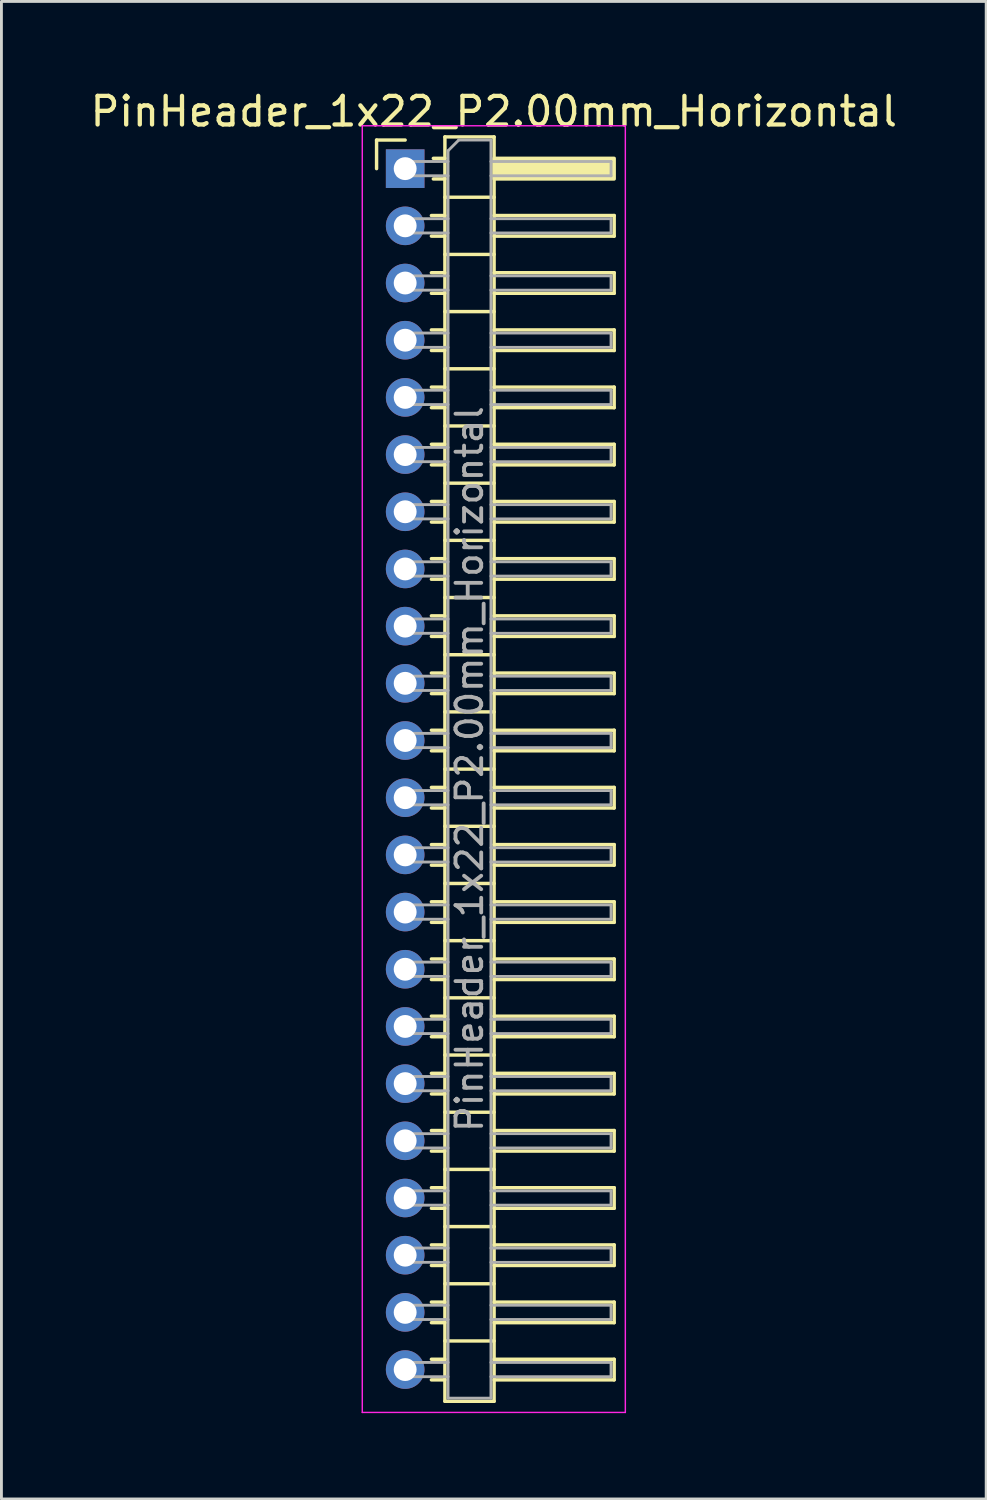
<source format=kicad_pcb>
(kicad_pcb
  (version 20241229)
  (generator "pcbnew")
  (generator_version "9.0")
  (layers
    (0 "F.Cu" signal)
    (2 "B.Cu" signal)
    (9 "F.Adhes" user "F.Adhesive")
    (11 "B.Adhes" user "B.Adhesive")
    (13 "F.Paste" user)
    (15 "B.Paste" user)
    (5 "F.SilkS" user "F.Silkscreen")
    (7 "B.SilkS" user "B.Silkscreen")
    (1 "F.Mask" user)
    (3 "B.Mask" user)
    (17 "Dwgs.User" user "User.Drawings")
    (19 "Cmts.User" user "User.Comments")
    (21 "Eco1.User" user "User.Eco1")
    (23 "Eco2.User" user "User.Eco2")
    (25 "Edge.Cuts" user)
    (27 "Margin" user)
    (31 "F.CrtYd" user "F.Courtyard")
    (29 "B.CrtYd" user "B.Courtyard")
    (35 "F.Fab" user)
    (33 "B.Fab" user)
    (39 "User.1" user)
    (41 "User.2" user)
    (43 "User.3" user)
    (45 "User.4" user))
  (footprint "PinHeader_1x22_P2.00mm_Horizontal"
    (layer "F.Cu")
    (at 11.12 2.848)
    (property "Reference" "PinHeader_1x22_P2.00mm_Horizontal" (at 3.1 -2 0) (layer "F.SilkS") (effects (font (size 1 1) (thickness 0.15))))
    (attr through_hole)
    (fp_line (start -1 -1) (end 0 -1) (stroke (width 0.12) (type solid)) (layer "F.SilkS"))
    (fp_line (start -1 0) (end -1 -1) (stroke (width 0.12) (type solid)) (layer "F.SilkS"))
    (fp_line (start 0.917 1.64) (end 1.39 1.64) (stroke (width 0.12) (type solid)) (layer "F.SilkS"))
    (fp_line (start 0.917 2.36) (end 1.39 2.36) (stroke (width 0.12) (type solid)) (layer "F.SilkS"))
    (fp_line (start 0.917 3.64) (end 1.39 3.64) (stroke (width 0.12) (type solid)) (layer "F.SilkS"))
    (fp_line (start 0.917 4.36) (end 1.39 4.36) (stroke (width 0.12) (type solid)) (layer "F.SilkS"))
    (fp_line (start 0.917 5.64) (end 1.39 5.64) (stroke (width 0.12) (type solid)) (layer "F.SilkS"))
    (fp_line (start 0.917 6.36) (end 1.39 6.36) (stroke (width 0.12) (type solid)) (layer "F.SilkS"))
    (fp_line (start 0.917 7.64) (end 1.39 7.64) (stroke (width 0.12) (type solid)) (layer "F.SilkS"))
    (fp_line (start 0.917 8.36) (end 1.39 8.36) (stroke (width 0.12) (type solid)) (layer "F.SilkS"))
    (fp_line (start 0.917 9.64) (end 1.39 9.64) (stroke (width 0.12) (type solid)) (layer "F.SilkS"))
    (fp_line (start 0.917 10.36) (end 1.39 10.36) (stroke (width 0.12) (type solid)) (layer "F.SilkS"))
    (fp_line (start 0.917 11.64) (end 1.39 11.64) (stroke (width 0.12) (type solid)) (layer "F.SilkS"))
    (fp_line (start 0.917 12.36) (end 1.39 12.36) (stroke (width 0.12) (type solid)) (layer "F.SilkS"))
    (fp_line (start 0.917 13.64) (end 1.39 13.64) (stroke (width 0.12) (type solid)) (layer "F.SilkS"))
    (fp_line (start 0.917 14.36) (end 1.39 14.36) (stroke (width 0.12) (type solid)) (layer "F.SilkS"))
    (fp_line (start 0.917 15.64) (end 1.39 15.64) (stroke (width 0.12) (type solid)) (layer "F.SilkS"))
    (fp_line (start 0.917 16.36) (end 1.39 16.36) (stroke (width 0.12) (type solid)) (layer "F.SilkS"))
    (fp_line (start 0.917 17.64) (end 1.39 17.64) (stroke (width 0.12) (type solid)) (layer "F.SilkS"))
    (fp_line (start 0.917 18.36) (end 1.39 18.36) (stroke (width 0.12) (type solid)) (layer "F.SilkS"))
    (fp_line (start 0.917 19.64) (end 1.39 19.64) (stroke (width 0.12) (type solid)) (layer "F.SilkS"))
    (fp_line (start 0.917 20.36) (end 1.39 20.36) (stroke (width 0.12) (type solid)) (layer "F.SilkS"))
    (fp_line (start 0.917 21.64) (end 1.39 21.64) (stroke (width 0.12) (type solid)) (layer "F.SilkS"))
    (fp_line (start 0.917 22.36) (end 1.39 22.36) (stroke (width 0.12) (type solid)) (layer "F.SilkS"))
    (fp_line (start 0.917 23.64) (end 1.39 23.64) (stroke (width 0.12) (type solid)) (layer "F.SilkS"))
    (fp_line (start 0.917 24.36) (end 1.39 24.36) (stroke (width 0.12) (type solid)) (layer "F.SilkS"))
    (fp_line (start 0.917 25.64) (end 1.39 25.64) (stroke (width 0.12) (type solid)) (layer "F.SilkS"))
    (fp_line (start 0.917 26.36) (end 1.39 26.36) (stroke (width 0.12) (type solid)) (layer "F.SilkS"))
    (fp_line (start 0.917 27.64) (end 1.39 27.64) (stroke (width 0.12) (type solid)) (layer "F.SilkS"))
    (fp_line (start 0.917 28.36) (end 1.39 28.36) (stroke (width 0.12) (type solid)) (layer "F.SilkS"))
    (fp_line (start 0.917 29.64) (end 1.39 29.64) (stroke (width 0.12) (type solid)) (layer "F.SilkS"))
    (fp_line (start 0.917 30.36) (end 1.39 30.36) (stroke (width 0.12) (type solid)) (layer "F.SilkS"))
    (fp_line (start 0.917 31.64) (end 1.39 31.64) (stroke (width 0.12) (type solid)) (layer "F.SilkS"))
    (fp_line (start 0.917 32.36) (end 1.39 32.36) (stroke (width 0.12) (type solid)) (layer "F.SilkS"))
    (fp_line (start 0.917 33.64) (end 1.39 33.64) (stroke (width 0.12) (type solid)) (layer "F.SilkS"))
    (fp_line (start 0.917 34.36) (end 1.39 34.36) (stroke (width 0.12) (type solid)) (layer "F.SilkS"))
    (fp_line (start 0.917 35.64) (end 1.39 35.64) (stroke (width 0.12) (type solid)) (layer "F.SilkS"))
    (fp_line (start 0.917 36.36) (end 1.39 36.36) (stroke (width 0.12) (type solid)) (layer "F.SilkS"))
    (fp_line (start 0.917 37.64) (end 1.39 37.64) (stroke (width 0.12) (type solid)) (layer "F.SilkS"))
    (fp_line (start 0.917 38.36) (end 1.39 38.36) (stroke (width 0.12) (type solid)) (layer "F.SilkS"))
    (fp_line (start 0.917 39.64) (end 1.39 39.64) (stroke (width 0.12) (type solid)) (layer "F.SilkS"))
    (fp_line (start 0.917 40.36) (end 1.39 40.36) (stroke (width 0.12) (type solid)) (layer "F.SilkS"))
    (fp_line (start 0.917 41.64) (end 1.39 41.64) (stroke (width 0.12) (type solid)) (layer "F.SilkS"))
    (fp_line (start 0.917 42.36) (end 1.39 42.36) (stroke (width 0.12) (type solid)) (layer "F.SilkS"))
    (fp_line (start 0.985 -0.36) (end 1.39 -0.36) (stroke (width 0.12) (type solid)) (layer "F.SilkS"))
    (fp_line (start 0.985 0.36) (end 1.39 0.36) (stroke (width 0.12) (type solid)) (layer "F.SilkS"))
    (fp_line (start 1.39 -1.11) (end 1.39 43.11) (stroke (width 0.12) (type solid)) (layer "F.SilkS"))
    (fp_line (start 1.39 1) (end 3.11 1) (stroke (width 0.12) (type solid)) (layer "F.SilkS"))
    (fp_line (start 1.39 3) (end 3.11 3) (stroke (width 0.12) (type solid)) (layer "F.SilkS"))
    (fp_line (start 1.39 5) (end 3.11 5) (stroke (width 0.12) (type solid)) (layer "F.SilkS"))
    (fp_line (start 1.39 7) (end 3.11 7) (stroke (width 0.12) (type solid)) (layer "F.SilkS"))
    (fp_line (start 1.39 9) (end 3.11 9) (stroke (width 0.12) (type solid)) (layer "F.SilkS"))
    (fp_line (start 1.39 11) (end 3.11 11) (stroke (width 0.12) (type solid)) (layer "F.SilkS"))
    (fp_line (start 1.39 13) (end 3.11 13) (stroke (width 0.12) (type solid)) (layer "F.SilkS"))
    (fp_line (start 1.39 15) (end 3.11 15) (stroke (width 0.12) (type solid)) (layer "F.SilkS"))
    (fp_line (start 1.39 17) (end 3.11 17) (stroke (width 0.12) (type solid)) (layer "F.SilkS"))
    (fp_line (start 1.39 19) (end 3.11 19) (stroke (width 0.12) (type solid)) (layer "F.SilkS"))
    (fp_line (start 1.39 21) (end 3.11 21) (stroke (width 0.12) (type solid)) (layer "F.SilkS"))
    (fp_line (start 1.39 23) (end 3.11 23) (stroke (width 0.12) (type solid)) (layer "F.SilkS"))
    (fp_line (start 1.39 25) (end 3.11 25) (stroke (width 0.12) (type solid)) (layer "F.SilkS"))
    (fp_line (start 1.39 27) (end 3.11 27) (stroke (width 0.12) (type solid)) (layer "F.SilkS"))
    (fp_line (start 1.39 29) (end 3.11 29) (stroke (width 0.12) (type solid)) (layer "F.SilkS"))
    (fp_line (start 1.39 31) (end 3.11 31) (stroke (width 0.12) (type solid)) (layer "F.SilkS"))
    (fp_line (start 1.39 33) (end 3.11 33) (stroke (width 0.12) (type solid)) (layer "F.SilkS"))
    (fp_line (start 1.39 35) (end 3.11 35) (stroke (width 0.12) (type solid)) (layer "F.SilkS"))
    (fp_line (start 1.39 37) (end 3.11 37) (stroke (width 0.12) (type solid)) (layer "F.SilkS"))
    (fp_line (start 1.39 39) (end 3.11 39) (stroke (width 0.12) (type solid)) (layer "F.SilkS"))
    (fp_line (start 1.39 41) (end 3.11 41) (stroke (width 0.12) (type solid)) (layer "F.SilkS"))
    (fp_line (start 1.39 43.11) (end 3.11 43.11) (stroke (width 0.12) (type solid)) (layer "F.SilkS"))
    (fp_line (start 3.11 -1.11) (end 1.39 -1.11) (stroke (width 0.12) (type solid)) (layer "F.SilkS"))
    (fp_line (start 3.11 1.64) (end 7.31 1.64) (stroke (width 0.12) (type solid)) (layer "F.SilkS"))
    (fp_line (start 3.11 3.64) (end 7.31 3.64) (stroke (width 0.12) (type solid)) (layer "F.SilkS"))
    (fp_line (start 3.11 5.64) (end 7.31 5.64) (stroke (width 0.12) (type solid)) (layer "F.SilkS"))
    (fp_line (start 3.11 7.64) (end 7.31 7.64) (stroke (width 0.12) (type solid)) (layer "F.SilkS"))
    (fp_line (start 3.11 9.64) (end 7.31 9.64) (stroke (width 0.12) (type solid)) (layer "F.SilkS"))
    (fp_line (start 3.11 11.64) (end 7.31 11.64) (stroke (width 0.12) (type solid)) (layer "F.SilkS"))
    (fp_line (start 3.11 13.64) (end 7.31 13.64) (stroke (width 0.12) (type solid)) (layer "F.SilkS"))
    (fp_line (start 3.11 15.64) (end 7.31 15.64) (stroke (width 0.12) (type solid)) (layer "F.SilkS"))
    (fp_line (start 3.11 17.64) (end 7.31 17.64) (stroke (width 0.12) (type solid)) (layer "F.SilkS"))
    (fp_line (start 3.11 19.64) (end 7.31 19.64) (stroke (width 0.12) (type solid)) (layer "F.SilkS"))
    (fp_line (start 3.11 21.64) (end 7.31 21.64) (stroke (width 0.12) (type solid)) (layer "F.SilkS"))
    (fp_line (start 3.11 23.64) (end 7.31 23.64) (stroke (width 0.12) (type solid)) (layer "F.SilkS"))
    (fp_line (start 3.11 25.64) (end 7.31 25.64) (stroke (width 0.12) (type solid)) (layer "F.SilkS"))
    (fp_line (start 3.11 27.64) (end 7.31 27.64) (stroke (width 0.12) (type solid)) (layer "F.SilkS"))
    (fp_line (start 3.11 29.64) (end 7.31 29.64) (stroke (width 0.12) (type solid)) (layer "F.SilkS"))
    (fp_line (start 3.11 31.64) (end 7.31 31.64) (stroke (width 0.12) (type solid)) (layer "F.SilkS"))
    (fp_line (start 3.11 33.64) (end 7.31 33.64) (stroke (width 0.12) (type solid)) (layer "F.SilkS"))
    (fp_line (start 3.11 35.64) (end 7.31 35.64) (stroke (width 0.12) (type solid)) (layer "F.SilkS"))
    (fp_line (start 3.11 37.64) (end 7.31 37.64) (stroke (width 0.12) (type solid)) (layer "F.SilkS"))
    (fp_line (start 3.11 39.64) (end 7.31 39.64) (stroke (width 0.12) (type solid)) (layer "F.SilkS"))
    (fp_line (start 3.11 41.64) (end 7.31 41.64) (stroke (width 0.12) (type solid)) (layer "F.SilkS"))
    (fp_line (start 3.11 43.11) (end 3.11 -1.11) (stroke (width 0.12) (type solid)) (layer "F.SilkS"))
    (fp_line (start 7.31 1.64) (end 7.31 2.36) (stroke (width 0.12) (type solid)) (layer "F.SilkS"))
    (fp_line (start 7.31 2.36) (end 3.11 2.36) (stroke (width 0.12) (type solid)) (layer "F.SilkS"))
    (fp_line (start 7.31 3.64) (end 7.31 4.36) (stroke (width 0.12) (type solid)) (layer "F.SilkS"))
    (fp_line (start 7.31 4.36) (end 3.11 4.36) (stroke (width 0.12) (type solid)) (layer "F.SilkS"))
    (fp_line (start 7.31 5.64) (end 7.31 6.36) (stroke (width 0.12) (type solid)) (layer "F.SilkS"))
    (fp_line (start 7.31 6.36) (end 3.11 6.36) (stroke (width 0.12) (type solid)) (layer "F.SilkS"))
    (fp_line (start 7.31 7.64) (end 7.31 8.36) (stroke (width 0.12) (type solid)) (layer "F.SilkS"))
    (fp_line (start 7.31 8.36) (end 3.11 8.36) (stroke (width 0.12) (type solid)) (layer "F.SilkS"))
    (fp_line (start 7.31 9.64) (end 7.31 10.36) (stroke (width 0.12) (type solid)) (layer "F.SilkS"))
    (fp_line (start 7.31 10.36) (end 3.11 10.36) (stroke (width 0.12) (type solid)) (layer "F.SilkS"))
    (fp_line (start 7.31 11.64) (end 7.31 12.36) (stroke (width 0.12) (type solid)) (layer "F.SilkS"))
    (fp_line (start 7.31 12.36) (end 3.11 12.36) (stroke (width 0.12) (type solid)) (layer "F.SilkS"))
    (fp_line (start 7.31 13.64) (end 7.31 14.36) (stroke (width 0.12) (type solid)) (layer "F.SilkS"))
    (fp_line (start 7.31 14.36) (end 3.11 14.36) (stroke (width 0.12) (type solid)) (layer "F.SilkS"))
    (fp_line (start 7.31 15.64) (end 7.31 16.36) (stroke (width 0.12) (type solid)) (layer "F.SilkS"))
    (fp_line (start 7.31 16.36) (end 3.11 16.36) (stroke (width 0.12) (type solid)) (layer "F.SilkS"))
    (fp_line (start 7.31 17.64) (end 7.31 18.36) (stroke (width 0.12) (type solid)) (layer "F.SilkS"))
    (fp_line (start 7.31 18.36) (end 3.11 18.36) (stroke (width 0.12) (type solid)) (layer "F.SilkS"))
    (fp_line (start 7.31 19.64) (end 7.31 20.36) (stroke (width 0.12) (type solid)) (layer "F.SilkS"))
    (fp_line (start 7.31 20.36) (end 3.11 20.36) (stroke (width 0.12) (type solid)) (layer "F.SilkS"))
    (fp_line (start 7.31 21.64) (end 7.31 22.36) (stroke (width 0.12) (type solid)) (layer "F.SilkS"))
    (fp_line (start 7.31 22.36) (end 3.11 22.36) (stroke (width 0.12) (type solid)) (layer "F.SilkS"))
    (fp_line (start 7.31 23.64) (end 7.31 24.36) (stroke (width 0.12) (type solid)) (layer "F.SilkS"))
    (fp_line (start 7.31 24.36) (end 3.11 24.36) (stroke (width 0.12) (type solid)) (layer "F.SilkS"))
    (fp_line (start 7.31 25.64) (end 7.31 26.36) (stroke (width 0.12) (type solid)) (layer "F.SilkS"))
    (fp_line (start 7.31 26.36) (end 3.11 26.36) (stroke (width 0.12) (type solid)) (layer "F.SilkS"))
    (fp_line (start 7.31 27.64) (end 7.31 28.36) (stroke (width 0.12) (type solid)) (layer "F.SilkS"))
    (fp_line (start 7.31 28.36) (end 3.11 28.36) (stroke (width 0.12) (type solid)) (layer "F.SilkS"))
    (fp_line (start 7.31 29.64) (end 7.31 30.36) (stroke (width 0.12) (type solid)) (layer "F.SilkS"))
    (fp_line (start 7.31 30.36) (end 3.11 30.36) (stroke (width 0.12) (type solid)) (layer "F.SilkS"))
    (fp_line (start 7.31 31.64) (end 7.31 32.36) (stroke (width 0.12) (type solid)) (layer "F.SilkS"))
    (fp_line (start 7.31 32.36) (end 3.11 32.36) (stroke (width 0.12) (type solid)) (layer "F.SilkS"))
    (fp_line (start 7.31 33.64) (end 7.31 34.36) (stroke (width 0.12) (type solid)) (layer "F.SilkS"))
    (fp_line (start 7.31 34.36) (end 3.11 34.36) (stroke (width 0.12) (type solid)) (layer "F.SilkS"))
    (fp_line (start 7.31 35.64) (end 7.31 36.36) (stroke (width 0.12) (type solid)) (layer "F.SilkS"))
    (fp_line (start 7.31 36.36) (end 3.11 36.36) (stroke (width 0.12) (type solid)) (layer "F.SilkS"))
    (fp_line (start 7.31 37.64) (end 7.31 38.36) (stroke (width 0.12) (type solid)) (layer "F.SilkS"))
    (fp_line (start 7.31 38.36) (end 3.11 38.36) (stroke (width 0.12) (type solid)) (layer "F.SilkS"))
    (fp_line (start 7.31 39.64) (end 7.31 40.36) (stroke (width 0.12) (type solid)) (layer "F.SilkS"))
    (fp_line (start 7.31 40.36) (end 3.11 40.36) (stroke (width 0.12) (type solid)) (layer "F.SilkS"))
    (fp_line (start 7.31 41.64) (end 7.31 42.36) (stroke (width 0.12) (type solid)) (layer "F.SilkS"))
    (fp_line (start 7.31 42.36) (end 3.11 42.36) (stroke (width 0.12) (type solid)) (layer "F.SilkS"))
    (fp_rect (start 3.11 -0.36) (end 7.31 0.36) (stroke (width 0.12) (type solid)) (fill yes) (layer "F.SilkS"))
    (fp_line (start -1.5 -1.5) (end -1.5 43.5) (stroke (width 0.05) (type solid)) (layer "F.CrtYd"))
    (fp_line (start -1.5 43.5) (end 7.7 43.5) (stroke (width 0.05) (type solid)) (layer "F.CrtYd"))
    (fp_line (start 7.7 -1.5) (end -1.5 -1.5) (stroke (width 0.05) (type solid)) (layer "F.CrtYd"))
    (fp_line (start 7.7 43.5) (end 7.7 -1.5) (stroke (width 0.05) (type solid)) (layer "F.CrtYd"))
    (fp_line (start -0.25 -0.25) (end -0.25 0.25) (stroke (width 0.1) (type solid)) (layer "F.Fab"))
    (fp_line (start -0.25 -0.25) (end 1.5 -0.25) (stroke (width 0.1) (type solid)) (layer "F.Fab"))
    (fp_line (start -0.25 0.25) (end 1.5 0.25) (stroke (width 0.1) (type solid)) (layer "F.Fab"))
    (fp_line (start -0.25 1.75) (end -0.25 2.25) (stroke (width 0.1) (type solid)) (layer "F.Fab"))
    (fp_line (start -0.25 1.75) (end 1.5 1.75) (stroke (width 0.1) (type solid)) (layer "F.Fab"))
    (fp_line (start -0.25 2.25) (end 1.5 2.25) (stroke (width 0.1) (type solid)) (layer "F.Fab"))
    (fp_line (start -0.25 3.75) (end -0.25 4.25) (stroke (width 0.1) (type solid)) (layer "F.Fab"))
    (fp_line (start -0.25 3.75) (end 1.5 3.75) (stroke (width 0.1) (type solid)) (layer "F.Fab"))
    (fp_line (start -0.25 4.25) (end 1.5 4.25) (stroke (width 0.1) (type solid)) (layer "F.Fab"))
    (fp_line (start -0.25 5.75) (end -0.25 6.25) (stroke (width 0.1) (type solid)) (layer "F.Fab"))
    (fp_line (start -0.25 5.75) (end 1.5 5.75) (stroke (width 0.1) (type solid)) (layer "F.Fab"))
    (fp_line (start -0.25 6.25) (end 1.5 6.25) (stroke (width 0.1) (type solid)) (layer "F.Fab"))
    (fp_line (start -0.25 7.75) (end -0.25 8.25) (stroke (width 0.1) (type solid)) (layer "F.Fab"))
    (fp_line (start -0.25 7.75) (end 1.5 7.75) (stroke (width 0.1) (type solid)) (layer "F.Fab"))
    (fp_line (start -0.25 8.25) (end 1.5 8.25) (stroke (width 0.1) (type solid)) (layer "F.Fab"))
    (fp_line (start -0.25 9.75) (end -0.25 10.25) (stroke (width 0.1) (type solid)) (layer "F.Fab"))
    (fp_line (start -0.25 9.75) (end 1.5 9.75) (stroke (width 0.1) (type solid)) (layer "F.Fab"))
    (fp_line (start -0.25 10.25) (end 1.5 10.25) (stroke (width 0.1) (type solid)) (layer "F.Fab"))
    (fp_line (start -0.25 11.75) (end -0.25 12.25) (stroke (width 0.1) (type solid)) (layer "F.Fab"))
    (fp_line (start -0.25 11.75) (end 1.5 11.75) (stroke (width 0.1) (type solid)) (layer "F.Fab"))
    (fp_line (start -0.25 12.25) (end 1.5 12.25) (stroke (width 0.1) (type solid)) (layer "F.Fab"))
    (fp_line (start -0.25 13.75) (end -0.25 14.25) (stroke (width 0.1) (type solid)) (layer "F.Fab"))
    (fp_line (start -0.25 13.75) (end 1.5 13.75) (stroke (width 0.1) (type solid)) (layer "F.Fab"))
    (fp_line (start -0.25 14.25) (end 1.5 14.25) (stroke (width 0.1) (type solid)) (layer "F.Fab"))
    (fp_line (start -0.25 15.75) (end -0.25 16.25) (stroke (width 0.1) (type solid)) (layer "F.Fab"))
    (fp_line (start -0.25 15.75) (end 1.5 15.75) (stroke (width 0.1) (type solid)) (layer "F.Fab"))
    (fp_line (start -0.25 16.25) (end 1.5 16.25) (stroke (width 0.1) (type solid)) (layer "F.Fab"))
    (fp_line (start -0.25 17.75) (end -0.25 18.25) (stroke (width 0.1) (type solid)) (layer "F.Fab"))
    (fp_line (start -0.25 17.75) (end 1.5 17.75) (stroke (width 0.1) (type solid)) (layer "F.Fab"))
    (fp_line (start -0.25 18.25) (end 1.5 18.25) (stroke (width 0.1) (type solid)) (layer "F.Fab"))
    (fp_line (start -0.25 19.75) (end -0.25 20.25) (stroke (width 0.1) (type solid)) (layer "F.Fab"))
    (fp_line (start -0.25 19.75) (end 1.5 19.75) (stroke (width 0.1) (type solid)) (layer "F.Fab"))
    (fp_line (start -0.25 20.25) (end 1.5 20.25) (stroke (width 0.1) (type solid)) (layer "F.Fab"))
    (fp_line (start -0.25 21.75) (end -0.25 22.25) (stroke (width 0.1) (type solid)) (layer "F.Fab"))
    (fp_line (start -0.25 21.75) (end 1.5 21.75) (stroke (width 0.1) (type solid)) (layer "F.Fab"))
    (fp_line (start -0.25 22.25) (end 1.5 22.25) (stroke (width 0.1) (type solid)) (layer "F.Fab"))
    (fp_line (start -0.25 23.75) (end -0.25 24.25) (stroke (width 0.1) (type solid)) (layer "F.Fab"))
    (fp_line (start -0.25 23.75) (end 1.5 23.75) (stroke (width 0.1) (type solid)) (layer "F.Fab"))
    (fp_line (start -0.25 24.25) (end 1.5 24.25) (stroke (width 0.1) (type solid)) (layer "F.Fab"))
    (fp_line (start -0.25 25.75) (end -0.25 26.25) (stroke (width 0.1) (type solid)) (layer "F.Fab"))
    (fp_line (start -0.25 25.75) (end 1.5 25.75) (stroke (width 0.1) (type solid)) (layer "F.Fab"))
    (fp_line (start -0.25 26.25) (end 1.5 26.25) (stroke (width 0.1) (type solid)) (layer "F.Fab"))
    (fp_line (start -0.25 27.75) (end -0.25 28.25) (stroke (width 0.1) (type solid)) (layer "F.Fab"))
    (fp_line (start -0.25 27.75) (end 1.5 27.75) (stroke (width 0.1) (type solid)) (layer "F.Fab"))
    (fp_line (start -0.25 28.25) (end 1.5 28.25) (stroke (width 0.1) (type solid)) (layer "F.Fab"))
    (fp_line (start -0.25 29.75) (end -0.25 30.25) (stroke (width 0.1) (type solid)) (layer "F.Fab"))
    (fp_line (start -0.25 29.75) (end 1.5 29.75) (stroke (width 0.1) (type solid)) (layer "F.Fab"))
    (fp_line (start -0.25 30.25) (end 1.5 30.25) (stroke (width 0.1) (type solid)) (layer "F.Fab"))
    (fp_line (start -0.25 31.75) (end -0.25 32.25) (stroke (width 0.1) (type solid)) (layer "F.Fab"))
    (fp_line (start -0.25 31.75) (end 1.5 31.75) (stroke (width 0.1) (type solid)) (layer "F.Fab"))
    (fp_line (start -0.25 32.25) (end 1.5 32.25) (stroke (width 0.1) (type solid)) (layer "F.Fab"))
    (fp_line (start -0.25 33.75) (end -0.25 34.25) (stroke (width 0.1) (type solid)) (layer "F.Fab"))
    (fp_line (start -0.25 33.75) (end 1.5 33.75) (stroke (width 0.1) (type solid)) (layer "F.Fab"))
    (fp_line (start -0.25 34.25) (end 1.5 34.25) (stroke (width 0.1) (type solid)) (layer "F.Fab"))
    (fp_line (start -0.25 35.75) (end -0.25 36.25) (stroke (width 0.1) (type solid)) (layer "F.Fab"))
    (fp_line (start -0.25 35.75) (end 1.5 35.75) (stroke (width 0.1) (type solid)) (layer "F.Fab"))
    (fp_line (start -0.25 36.25) (end 1.5 36.25) (stroke (width 0.1) (type solid)) (layer "F.Fab"))
    (fp_line (start -0.25 37.75) (end -0.25 38.25) (stroke (width 0.1) (type solid)) (layer "F.Fab"))
    (fp_line (start -0.25 37.75) (end 1.5 37.75) (stroke (width 0.1) (type solid)) (layer "F.Fab"))
    (fp_line (start -0.25 38.25) (end 1.5 38.25) (stroke (width 0.1) (type solid)) (layer "F.Fab"))
    (fp_line (start -0.25 39.75) (end -0.25 40.25) (stroke (width 0.1) (type solid)) (layer "F.Fab"))
    (fp_line (start -0.25 39.75) (end 1.5 39.75) (stroke (width 0.1) (type solid)) (layer "F.Fab"))
    (fp_line (start -0.25 40.25) (end 1.5 40.25) (stroke (width 0.1) (type solid)) (layer "F.Fab"))
    (fp_line (start -0.25 41.75) (end -0.25 42.25) (stroke (width 0.1) (type solid)) (layer "F.Fab"))
    (fp_line (start -0.25 41.75) (end 1.5 41.75) (stroke (width 0.1) (type solid)) (layer "F.Fab"))
    (fp_line (start -0.25 42.25) (end 1.5 42.25) (stroke (width 0.1) (type solid)) (layer "F.Fab"))
    (fp_line (start 1.5 -0.625) (end 1.875 -1) (stroke (width 0.1) (type solid)) (layer "F.Fab"))
    (fp_line (start 1.5 43) (end 1.5 -0.625) (stroke (width 0.1) (type solid)) (layer "F.Fab"))
    (fp_line (start 1.875 -1) (end 3 -1) (stroke (width 0.1) (type solid)) (layer "F.Fab"))
    (fp_line (start 3 -1) (end 3 43) (stroke (width 0.1) (type solid)) (layer "F.Fab"))
    (fp_line (start 3 -0.25) (end 7.2 -0.25) (stroke (width 0.1) (type solid)) (layer "F.Fab"))
    (fp_line (start 3 0.25) (end 7.2 0.25) (stroke (width 0.1) (type solid)) (layer "F.Fab"))
    (fp_line (start 3 1.75) (end 7.2 1.75) (stroke (width 0.1) (type solid)) (layer "F.Fab"))
    (fp_line (start 3 2.25) (end 7.2 2.25) (stroke (width 0.1) (type solid)) (layer "F.Fab"))
    (fp_line (start 3 3.75) (end 7.2 3.75) (stroke (width 0.1) (type solid)) (layer "F.Fab"))
    (fp_line (start 3 4.25) (end 7.2 4.25) (stroke (width 0.1) (type solid)) (layer "F.Fab"))
    (fp_line (start 3 5.75) (end 7.2 5.75) (stroke (width 0.1) (type solid)) (layer "F.Fab"))
    (fp_line (start 3 6.25) (end 7.2 6.25) (stroke (width 0.1) (type solid)) (layer "F.Fab"))
    (fp_line (start 3 7.75) (end 7.2 7.75) (stroke (width 0.1) (type solid)) (layer "F.Fab"))
    (fp_line (start 3 8.25) (end 7.2 8.25) (stroke (width 0.1) (type solid)) (layer "F.Fab"))
    (fp_line (start 3 9.75) (end 7.2 9.75) (stroke (width 0.1) (type solid)) (layer "F.Fab"))
    (fp_line (start 3 10.25) (end 7.2 10.25) (stroke (width 0.1) (type solid)) (layer "F.Fab"))
    (fp_line (start 3 11.75) (end 7.2 11.75) (stroke (width 0.1) (type solid)) (layer "F.Fab"))
    (fp_line (start 3 12.25) (end 7.2 12.25) (stroke (width 0.1) (type solid)) (layer "F.Fab"))
    (fp_line (start 3 13.75) (end 7.2 13.75) (stroke (width 0.1) (type solid)) (layer "F.Fab"))
    (fp_line (start 3 14.25) (end 7.2 14.25) (stroke (width 0.1) (type solid)) (layer "F.Fab"))
    (fp_line (start 3 15.75) (end 7.2 15.75) (stroke (width 0.1) (type solid)) (layer "F.Fab"))
    (fp_line (start 3 16.25) (end 7.2 16.25) (stroke (width 0.1) (type solid)) (layer "F.Fab"))
    (fp_line (start 3 17.75) (end 7.2 17.75) (stroke (width 0.1) (type solid)) (layer "F.Fab"))
    (fp_line (start 3 18.25) (end 7.2 18.25) (stroke (width 0.1) (type solid)) (layer "F.Fab"))
    (fp_line (start 3 19.75) (end 7.2 19.75) (stroke (width 0.1) (type solid)) (layer "F.Fab"))
    (fp_line (start 3 20.25) (end 7.2 20.25) (stroke (width 0.1) (type solid)) (layer "F.Fab"))
    (fp_line (start 3 21.75) (end 7.2 21.75) (stroke (width 0.1) (type solid)) (layer "F.Fab"))
    (fp_line (start 3 22.25) (end 7.2 22.25) (stroke (width 0.1) (type solid)) (layer "F.Fab"))
    (fp_line (start 3 23.75) (end 7.2 23.75) (stroke (width 0.1) (type solid)) (layer "F.Fab"))
    (fp_line (start 3 24.25) (end 7.2 24.25) (stroke (width 0.1) (type solid)) (layer "F.Fab"))
    (fp_line (start 3 25.75) (end 7.2 25.75) (stroke (width 0.1) (type solid)) (layer "F.Fab"))
    (fp_line (start 3 26.25) (end 7.2 26.25) (stroke (width 0.1) (type solid)) (layer "F.Fab"))
    (fp_line (start 3 27.75) (end 7.2 27.75) (stroke (width 0.1) (type solid)) (layer "F.Fab"))
    (fp_line (start 3 28.25) (end 7.2 28.25) (stroke (width 0.1) (type solid)) (layer "F.Fab"))
    (fp_line (start 3 29.75) (end 7.2 29.75) (stroke (width 0.1) (type solid)) (layer "F.Fab"))
    (fp_line (start 3 30.25) (end 7.2 30.25) (stroke (width 0.1) (type solid)) (layer "F.Fab"))
    (fp_line (start 3 31.75) (end 7.2 31.75) (stroke (width 0.1) (type solid)) (layer "F.Fab"))
    (fp_line (start 3 32.25) (end 7.2 32.25) (stroke (width 0.1) (type solid)) (layer "F.Fab"))
    (fp_line (start 3 33.75) (end 7.2 33.75) (stroke (width 0.1) (type solid)) (layer "F.Fab"))
    (fp_line (start 3 34.25) (end 7.2 34.25) (stroke (width 0.1) (type solid)) (layer "F.Fab"))
    (fp_line (start 3 35.75) (end 7.2 35.75) (stroke (width 0.1) (type solid)) (layer "F.Fab"))
    (fp_line (start 3 36.25) (end 7.2 36.25) (stroke (width 0.1) (type solid)) (layer "F.Fab"))
    (fp_line (start 3 37.75) (end 7.2 37.75) (stroke (width 0.1) (type solid)) (layer "F.Fab"))
    (fp_line (start 3 38.25) (end 7.2 38.25) (stroke (width 0.1) (type solid)) (layer "F.Fab"))
    (fp_line (start 3 39.75) (end 7.2 39.75) (stroke (width 0.1) (type solid)) (layer "F.Fab"))
    (fp_line (start 3 40.25) (end 7.2 40.25) (stroke (width 0.1) (type solid)) (layer "F.Fab"))
    (fp_line (start 3 41.75) (end 7.2 41.75) (stroke (width 0.1) (type solid)) (layer "F.Fab"))
    (fp_line (start 3 42.25) (end 7.2 42.25) (stroke (width 0.1) (type solid)) (layer "F.Fab"))
    (fp_line (start 3 43) (end 1.5 43) (stroke (width 0.1) (type solid)) (layer "F.Fab"))
    (fp_line (start 7.2 -0.25) (end 7.2 0.25) (stroke (width 0.1) (type solid)) (layer "F.Fab"))
    (fp_line (start 7.2 1.75) (end 7.2 2.25) (stroke (width 0.1) (type solid)) (layer "F.Fab"))
    (fp_line (start 7.2 3.75) (end 7.2 4.25) (stroke (width 0.1) (type solid)) (layer "F.Fab"))
    (fp_line (start 7.2 5.75) (end 7.2 6.25) (stroke (width 0.1) (type solid)) (layer "F.Fab"))
    (fp_line (start 7.2 7.75) (end 7.2 8.25) (stroke (width 0.1) (type solid)) (layer "F.Fab"))
    (fp_line (start 7.2 9.75) (end 7.2 10.25) (stroke (width 0.1) (type solid)) (layer "F.Fab"))
    (fp_line (start 7.2 11.75) (end 7.2 12.25) (stroke (width 0.1) (type solid)) (layer "F.Fab"))
    (fp_line (start 7.2 13.75) (end 7.2 14.25) (stroke (width 0.1) (type solid)) (layer "F.Fab"))
    (fp_line (start 7.2 15.75) (end 7.2 16.25) (stroke (width 0.1) (type solid)) (layer "F.Fab"))
    (fp_line (start 7.2 17.75) (end 7.2 18.25) (stroke (width 0.1) (type solid)) (layer "F.Fab"))
    (fp_line (start 7.2 19.75) (end 7.2 20.25) (stroke (width 0.1) (type solid)) (layer "F.Fab"))
    (fp_line (start 7.2 21.75) (end 7.2 22.25) (stroke (width 0.1) (type solid)) (layer "F.Fab"))
    (fp_line (start 7.2 23.75) (end 7.2 24.25) (stroke (width 0.1) (type solid)) (layer "F.Fab"))
    (fp_line (start 7.2 25.75) (end 7.2 26.25) (stroke (width 0.1) (type solid)) (layer "F.Fab"))
    (fp_line (start 7.2 27.75) (end 7.2 28.25) (stroke (width 0.1) (type solid)) (layer "F.Fab"))
    (fp_line (start 7.2 29.75) (end 7.2 30.25) (stroke (width 0.1) (type solid)) (layer "F.Fab"))
    (fp_line (start 7.2 31.75) (end 7.2 32.25) (stroke (width 0.1) (type solid)) (layer "F.Fab"))
    (fp_line (start 7.2 33.75) (end 7.2 34.25) (stroke (width 0.1) (type solid)) (layer "F.Fab"))
    (fp_line (start 7.2 35.75) (end 7.2 36.25) (stroke (width 0.1) (type solid)) (layer "F.Fab"))
    (fp_line (start 7.2 37.75) (end 7.2 38.25) (stroke (width 0.1) (type solid)) (layer "F.Fab"))
    (fp_line (start 7.2 39.75) (end 7.2 40.25) (stroke (width 0.1) (type solid)) (layer "F.Fab"))
    (fp_line (start 7.2 41.75) (end 7.2 42.25) (stroke (width 0.1) (type solid)) (layer "F.Fab"))
    (fp_text user "${REFERENCE}" (at 2.25 21 90) (layer "F.Fab") (effects (font (size 0.9 0.9) (thickness 0.135))))
    (pad "1" thru_hole rect (at 0 0) (size 1.35 1.35) (drill 0.8) (layers "*.Cu" "*.Mask"))
    (pad "2" thru_hole circle (at 0 2) (size 1.35 1.35) (drill 0.8) (layers "*.Cu" "*.Mask"))
    (pad "3" thru_hole circle (at 0 4) (size 1.35 1.35) (drill 0.8) (layers "*.Cu" "*.Mask"))
    (pad "4" thru_hole circle (at 0 6) (size 1.35 1.35) (drill 0.8) (layers "*.Cu" "*.Mask"))
    (pad "5" thru_hole circle (at 0 8) (size 1.35 1.35) (drill 0.8) (layers "*.Cu" "*.Mask"))
    (pad "6" thru_hole circle (at 0 10) (size 1.35 1.35) (drill 0.8) (layers "*.Cu" "*.Mask"))
    (pad "7" thru_hole circle (at 0 12) (size 1.35 1.35) (drill 0.8) (layers "*.Cu" "*.Mask"))
    (pad "8" thru_hole circle (at 0 14) (size 1.35 1.35) (drill 0.8) (layers "*.Cu" "*.Mask"))
    (pad "9" thru_hole circle (at 0 16) (size 1.35 1.35) (drill 0.8) (layers "*.Cu" "*.Mask"))
    (pad "10" thru_hole circle (at 0 18) (size 1.35 1.35) (drill 0.8) (layers "*.Cu" "*.Mask"))
    (pad "11" thru_hole circle (at 0 20) (size 1.35 1.35) (drill 0.8) (layers "*.Cu" "*.Mask"))
    (pad "12" thru_hole circle (at 0 22) (size 1.35 1.35) (drill 0.8) (layers "*.Cu" "*.Mask"))
    (pad "13" thru_hole circle (at 0 24) (size 1.35 1.35) (drill 0.8) (layers "*.Cu" "*.Mask"))
    (pad "14" thru_hole circle (at 0 26) (size 1.35 1.35) (drill 0.8) (layers "*.Cu" "*.Mask"))
    (pad "15" thru_hole circle (at 0 28) (size 1.35 1.35) (drill 0.8) (layers "*.Cu" "*.Mask"))
    (pad "16" thru_hole circle (at 0 30) (size 1.35 1.35) (drill 0.8) (layers "*.Cu" "*.Mask"))
    (pad "17" thru_hole circle (at 0 32) (size 1.35 1.35) (drill 0.8) (layers "*.Cu" "*.Mask"))
    (pad "18" thru_hole circle (at 0 34) (size 1.35 1.35) (drill 0.8) (layers "*.Cu" "*.Mask"))
    (pad "19" thru_hole circle (at 0 36) (size 1.35 1.35) (drill 0.8) (layers "*.Cu" "*.Mask"))
    (pad "20" thru_hole circle (at 0 38) (size 1.35 1.35) (drill 0.8) (layers "*.Cu" "*.Mask"))
    (pad "21" thru_hole circle (at 0 40) (size 1.35 1.35) (drill 0.8) (layers "*.Cu" "*.Mask"))
    (pad "22" thru_hole circle (at 0 42) (size 1.35 1.35) (drill 0.8) (layers "*.Cu" "*.Mask")))
  (gr_rect
    (start -3 -3)
    (end 31.44 49.373)
    (stroke (width 0.1) (type default))
    (fill no)
    (layer "Edge.Cuts")))
</source>
